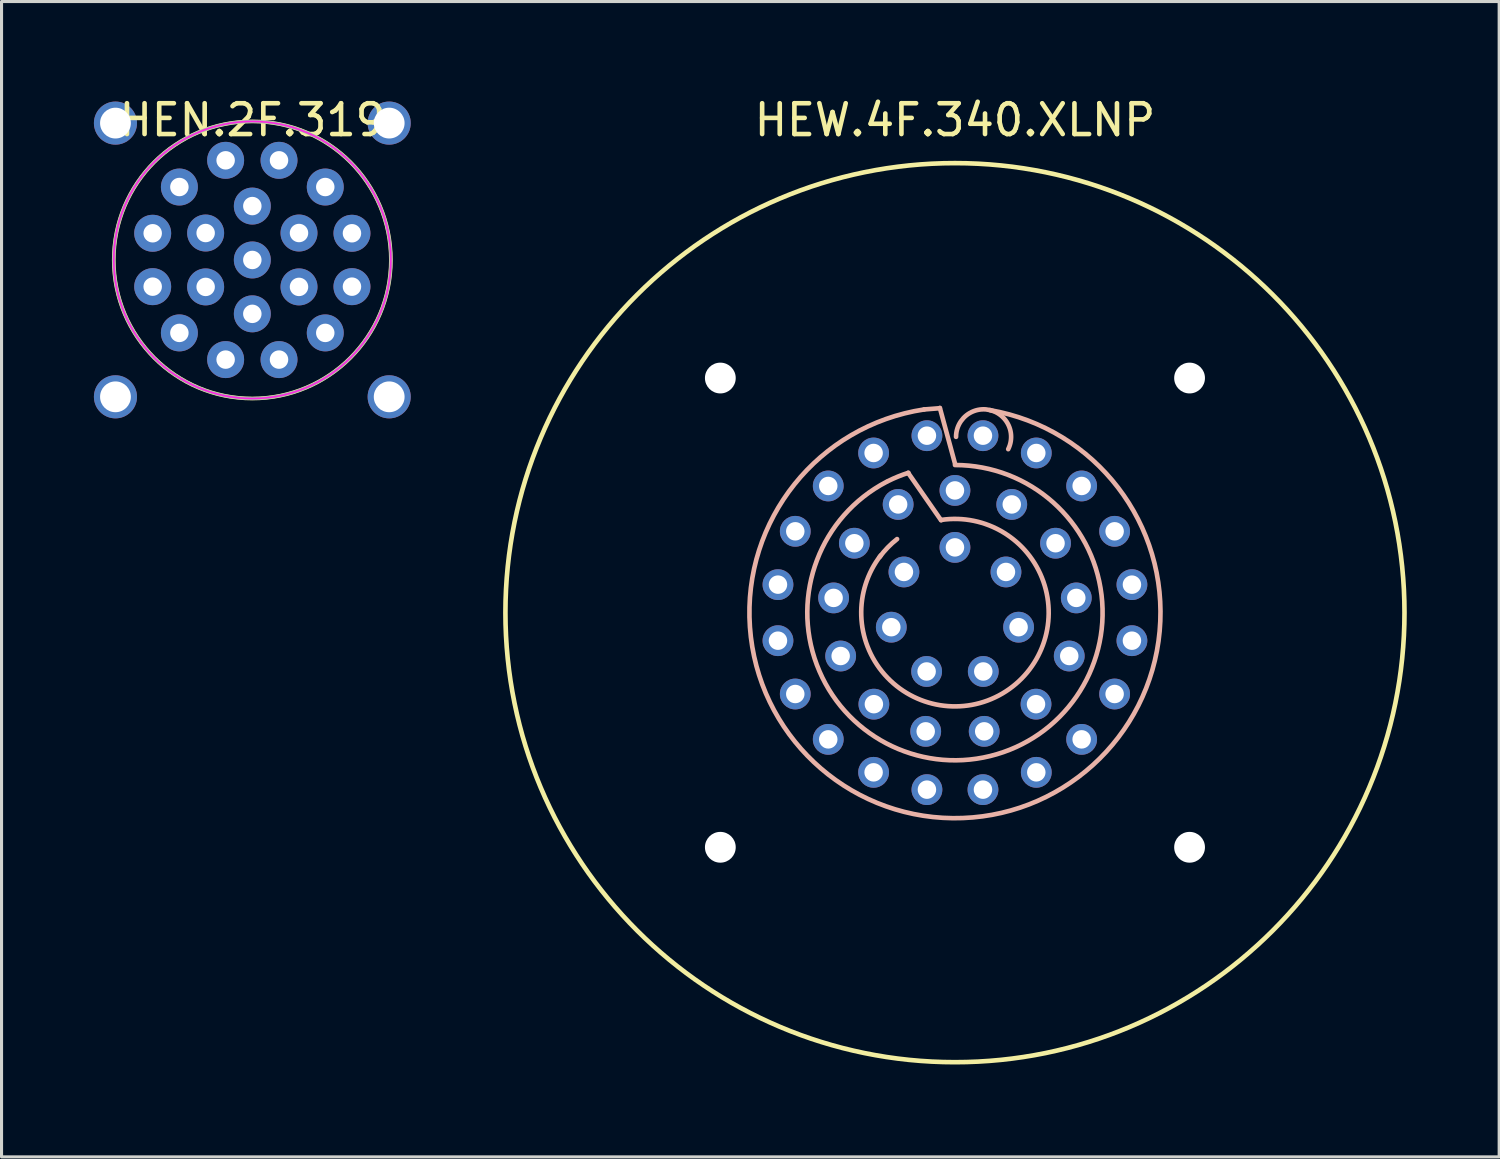
<source format=kicad_pcb>
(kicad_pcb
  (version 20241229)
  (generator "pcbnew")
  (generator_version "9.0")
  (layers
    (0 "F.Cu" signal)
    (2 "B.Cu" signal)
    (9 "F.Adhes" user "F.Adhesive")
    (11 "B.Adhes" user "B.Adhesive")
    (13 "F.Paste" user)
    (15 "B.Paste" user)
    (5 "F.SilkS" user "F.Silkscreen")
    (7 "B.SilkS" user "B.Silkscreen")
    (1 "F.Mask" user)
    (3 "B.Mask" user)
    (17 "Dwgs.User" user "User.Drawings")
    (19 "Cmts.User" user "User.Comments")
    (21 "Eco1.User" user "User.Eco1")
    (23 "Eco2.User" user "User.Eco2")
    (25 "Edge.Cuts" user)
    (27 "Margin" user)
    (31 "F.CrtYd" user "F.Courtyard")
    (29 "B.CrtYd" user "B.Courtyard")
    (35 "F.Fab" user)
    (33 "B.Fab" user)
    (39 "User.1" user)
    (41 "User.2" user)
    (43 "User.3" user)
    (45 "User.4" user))
  (footprint "HEN.2F.319"
    (layer "F.Cu")
    (at 5.145 5.393)
    (property "Reference" "HEN.2F.319" (at 0 -4.545 0) (layer "F.SilkS") (effects (font (size 1 1) (thickness 0.15))))
    (attr through_hole)
    (fp_circle (center 0 0) (end 0 4.5) (stroke (width 0.12) (type solid)) (fill no) (layer "F.SilkS"))
    (fp_circle (center 0 0) (end 0 4.5) (stroke (width 0.05) (type solid)) (fill no) (layer "F.CrtYd"))
    (fp_circle (center 0 0) (end 0 4.5) (stroke (width 0.1) (type solid)) (fill no) (layer "F.Fab"))
    (pad "" thru_hole circle (at -4.445 -4.445) (size 1.4 1.4) (drill 1) (layers "*.Cu" "*.Mask"))
    (pad "" thru_hole circle (at -4.445 4.445) (size 1.4 1.4) (drill 1) (layers "*.Cu" "*.Mask"))
    (pad "" thru_hole circle (at 4.445 -4.445) (size 1.4 1.4) (drill 1) (layers "*.Cu" "*.Mask"))
    (pad "" thru_hole circle (at 4.445 4.445) (size 1.4 1.4) (drill 1) (layers "*.Cu" "*.Mask"))
    (pad "1" thru_hole oval (at 0.867 -3.236) (size 1.2 1.2) (drill 0.6) (layers "*.Cu" "*.Mask"))
    (pad "2" thru_hole oval (at 2.369 -2.369) (size 1.2 1.2) (drill 0.6) (layers "*.Cu" "*.Mask"))
    (pad "3" thru_hole oval (at 3.236 -0.867) (size 1.2 1.2) (drill 0.6) (layers "*.Cu" "*.Mask"))
    (pad "4" thru_hole oval (at 3.236 0.867) (size 1.2 1.2) (drill 0.6) (layers "*.Cu" "*.Mask"))
    (pad "5" thru_hole oval (at 2.369 2.369) (size 1.2 1.2) (drill 0.6) (layers "*.Cu" "*.Mask"))
    (pad "6" thru_hole oval (at 0.867 3.236) (size 1.2 1.2) (drill 0.6) (layers "*.Cu" "*.Mask"))
    (pad "7" thru_hole oval (at -0.867 3.236) (size 1.2 1.2) (drill 0.6) (layers "*.Cu" "*.Mask"))
    (pad "8" thru_hole oval (at -2.369 2.369) (size 1.2 1.2) (drill 0.6) (layers "*.Cu" "*.Mask"))
    (pad "9" thru_hole oval (at -3.236 0.867) (size 1.2 1.2) (drill 0.6) (layers "*.Cu" "*.Mask"))
    (pad "10" thru_hole oval (at -3.236 -0.867) (size 1.2 1.2) (drill 0.6) (layers "*.Cu" "*.Mask"))
    (pad "11" thru_hole oval (at -2.369 -2.369) (size 1.2 1.2) (drill 0.6) (layers "*.Cu" "*.Mask"))
    (pad "12" thru_hole oval (at -0.867 -3.236) (size 1.2 1.2) (drill 0.6) (layers "*.Cu" "*.Mask"))
    (pad "13" thru_hole oval (at 0 -1.75) (size 1.2 1.2) (drill 0.6) (layers "*.Cu" "*.Mask"))
    (pad "14" thru_hole oval (at 1.516 -0.875) (size 1.2 1.2) (drill 0.6) (layers "*.Cu" "*.Mask"))
    (pad "15" thru_hole oval (at 1.516 0.875) (size 1.2 1.2) (drill 0.6) (layers "*.Cu" "*.Mask"))
    (pad "16" thru_hole oval (at 0 1.75) (size 1.2 1.2) (drill 0.6) (layers "*.Cu" "*.Mask"))
    (pad "17" thru_hole oval (at -1.516 0.875) (size 1.2 1.2) (drill 0.6) (layers "*.Cu" "*.Mask"))
    (pad "18" thru_hole oval (at -1.516 -0.875) (size 1.2 1.2) (drill 0.6) (layers "*.Cu" "*.Mask"))
    (pad "19" thru_hole oval (at 0 0) (size 1.2 1.2) (drill 0.6) (layers "*.Cu" "*.Mask")))
  (footprint "HEW.4F.340.XLNP"
    (layer "F.Cu")
    (at 27.965 16.848)
    (property "Reference" "HEW.4F.340.XLNP" (at 0 -16 0) (layer "F.SilkS") (effects (font (size 1 1) (thickness 0.15))))
    (attr through_hole)
    (fp_circle (center 0 0) (end 14.6 0) (stroke (width 0.15) (type solid)) (fill no) (layer "F.SilkS"))
    (fp_line (start -0.49 -6.64) (end -1 -6.6) (stroke (width 0.15) (type solid)) (layer "B.SilkS"))
    (fp_line (start -0.45 -3) (end -1.52 -4.54) (stroke (width 0.15) (type solid)) (layer "B.SilkS"))
    (fp_line (start 0.01 -4.81) (end -0.49 -6.65) (stroke (width 0.15) (type solid)) (layer "B.SilkS"))
    (fp_arc (start -2.446552 -1.805789) (mid -2.182908 -2.116933) (end -1.879999 -2.389999) (stroke (width 0.15) (type solid)) (layer "B.SilkS"))
    (fp_arc (start -2.18 -4.27) (mid -1.850899 -4.419145) (end -1.511387 -4.542774) (stroke (width 0.15) (type solid)) (layer "B.SilkS"))
    (fp_arc (start -0.446908 -3.011306) (mid 1.540083 2.625992) (end -2.409999 -1.859999) (stroke (width 0.15) (type solid)) (layer "B.SilkS"))
    (fp_arc (start 0.001637 -4.794881) (mid 1.14215 4.656864) (end -2.219999 -4.249999) (stroke (width 0.15) (type solid)) (layer "B.SilkS"))
    (fp_arc (start 0.035574 -5.71) (mid 1.135497 -6.580499) (end 1.729999 -5.310001) (stroke (width 0.15) (type solid)) (layer "B.SilkS"))
    (fp_arc (start 1.134185 -6.578268) (mid -0.067967 6.674981) (end -0.999999 -6.599999) (stroke (width 0.15) (type solid)) (layer "B.SilkS"))
    (pad "" np_thru_hole circle (at -7.62 -7.62) (size 1 1) (drill 1) (layers "*.Cu" "*.Mask"))
    (pad "" np_thru_hole circle (at -7.62 7.62) (size 1 1) (drill 1) (layers "*.Cu" "*.Mask"))
    (pad "" np_thru_hole circle (at 7.62 -7.62) (size 1 1) (drill 1) (layers "*.Cu" "*.Mask"))
    (pad "" np_thru_hole circle (at 7.62 7.62) (size 1 1) (drill 1) (layers "*.Cu" "*.Mask"))
    (pad "1" thru_hole oval (at 0.91 -5.748) (size 1 1) (drill 0.6) (layers "*.Cu" "*.Mask"))
    (pad "2" thru_hole oval (at 2.642 -5.186) (size 1 1) (drill 0.6) (layers "*.Cu" "*.Mask"))
    (pad "3" thru_hole oval (at 4.115 -4.115) (size 1 1) (drill 0.6) (layers "*.Cu" "*.Mask"))
    (pad "4" thru_hole oval (at 5.186 -2.642) (size 1 1) (drill 0.6) (layers "*.Cu" "*.Mask"))
    (pad "5" thru_hole oval (at 5.748 -0.91) (size 1 1) (drill 0.6) (layers "*.Cu" "*.Mask"))
    (pad "6" thru_hole oval (at 5.748 0.91) (size 1 1) (drill 0.6) (layers "*.Cu" "*.Mask"))
    (pad "7" thru_hole oval (at 5.186 2.642) (size 1 1) (drill 0.6) (layers "*.Cu" "*.Mask"))
    (pad "8" thru_hole oval (at 4.115 4.115) (size 1 1) (drill 0.6) (layers "*.Cu" "*.Mask"))
    (pad "9" thru_hole oval (at 2.642 5.186) (size 1 1) (drill 0.6) (layers "*.Cu" "*.Mask"))
    (pad "10" thru_hole oval (at 0.91 5.748) (size 1 1) (drill 0.6) (layers "*.Cu" "*.Mask"))
    (pad "11" thru_hole oval (at -0.91 5.748) (size 1 1) (drill 0.6) (layers "*.Cu" "*.Mask"))
    (pad "12" thru_hole oval (at -2.642 5.186) (size 1 1) (drill 0.6) (layers "*.Cu" "*.Mask"))
    (pad "13" thru_hole oval (at -4.115 4.115) (size 1 1) (drill 0.6) (layers "*.Cu" "*.Mask"))
    (pad "14" thru_hole oval (at -5.186 2.642) (size 1 1) (drill 0.6) (layers "*.Cu" "*.Mask"))
    (pad "15" thru_hole oval (at -5.748 0.91) (size 1 1) (drill 0.6) (layers "*.Cu" "*.Mask"))
    (pad "16" thru_hole oval (at -5.748 -0.91) (size 1 1) (drill 0.6) (layers "*.Cu" "*.Mask"))
    (pad "17" thru_hole oval (at -5.186 -2.642) (size 1 1) (drill 0.6) (layers "*.Cu" "*.Mask"))
    (pad "18" thru_hole oval (at -4.115 -4.115) (size 1 1) (drill 0.6) (layers "*.Cu" "*.Mask"))
    (pad "19" thru_hole oval (at -2.642 -5.186) (size 1 1) (drill 0.6) (layers "*.Cu" "*.Mask"))
    (pad "20" thru_hole oval (at -0.91 -5.748) (size 1 1) (drill 0.6) (layers "*.Cu" "*.Mask"))
    (pad "21" thru_hole oval (at 0 -3.97) (size 1 1) (drill 0.6) (layers "*.Cu" "*.Mask"))
    (pad "22" thru_hole oval (at 1.845 -3.515) (size 1 1) (drill 0.6) (layers "*.Cu" "*.Mask"))
    (pad "23" thru_hole oval (at 3.267 -2.255) (size 1 1) (drill 0.6) (layers "*.Cu" "*.Mask"))
    (pad "24" thru_hole oval (at 3.941 -0.479) (size 1 1) (drill 0.6) (layers "*.Cu" "*.Mask"))
    (pad "25" thru_hole oval (at 3.712 1.408) (size 1 1) (drill 0.6) (layers "*.Cu" "*.Mask"))
    (pad "26" thru_hole oval (at 2.633 2.972) (size 1 1) (drill 0.6) (layers "*.Cu" "*.Mask"))
    (pad "27" thru_hole oval (at 0.95 3.855) (size 1 1) (drill 0.6) (layers "*.Cu" "*.Mask"))
    (pad "28" thru_hole oval (at -0.95 3.855) (size 1 1) (drill 0.6) (layers "*.Cu" "*.Mask"))
    (pad "29" thru_hole oval (at -2.633 2.972) (size 1 1) (drill 0.6) (layers "*.Cu" "*.Mask"))
    (pad "30" thru_hole oval (at -3.712 1.408) (size 1 1) (drill 0.6) (layers "*.Cu" "*.Mask"))
    (pad "31" thru_hole oval (at -3.941 -0.479) (size 1 1) (drill 0.6) (layers "*.Cu" "*.Mask"))
    (pad "32" thru_hole oval (at -3.267 -2.255) (size 1 1) (drill 0.6) (layers "*.Cu" "*.Mask"))
    (pad "33" thru_hole oval (at -1.845 -3.515) (size 1 1) (drill 0.6) (layers "*.Cu" "*.Mask"))
    (pad "34" thru_hole oval (at 0 -2.12) (size 1 1) (drill 0.6) (layers "*.Cu" "*.Mask"))
    (pad "35" thru_hole oval (at 1.657 -1.322) (size 1 1) (drill 0.6) (layers "*.Cu" "*.Mask"))
    (pad "36" thru_hole oval (at 2.067 0.472) (size 1 1) (drill 0.6) (layers "*.Cu" "*.Mask"))
    (pad "37" thru_hole oval (at 0.92 1.91) (size 1 1) (drill 0.6) (layers "*.Cu" "*.Mask"))
    (pad "38" thru_hole oval (at -0.92 1.91) (size 1 1) (drill 0.6) (layers "*.Cu" "*.Mask"))
    (pad "39" thru_hole oval (at -2.067 0.472) (size 1 1) (drill 0.6) (layers "*.Cu" "*.Mask"))
    (pad "40" thru_hole oval (at -1.657 -1.322) (size 1 1) (drill 0.6) (layers "*.Cu" "*.Mask")))
  (gr_rect
    (start -3 -3)
    (end 45.64 34.523)
    (stroke (width 0.1) (type default))
    (fill no)
    (layer "Edge.Cuts")))
</source>
